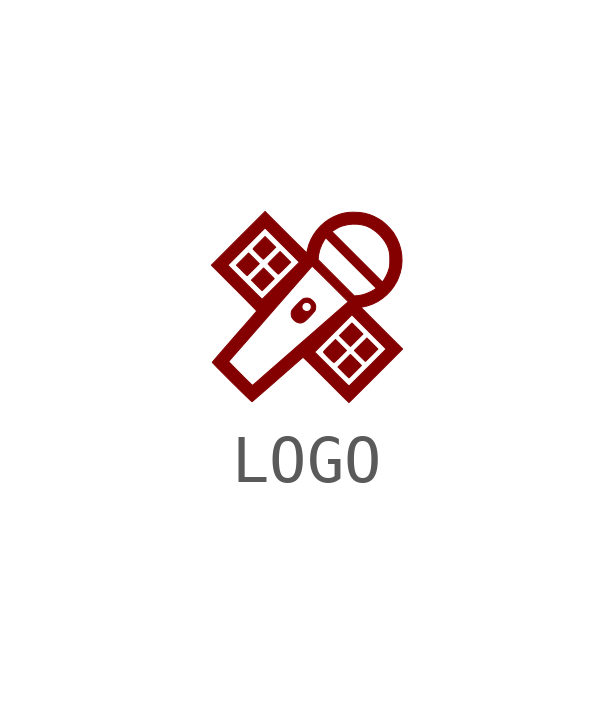
<source format=kicad_sym>
(kicad_symbol_lib
  (version 20231120)
  (generator "kicad_symbol_editor")
  (generator_version "8.0")
  (symbol "LOGO"
    (pin_names
      (offset 1.016))
    (property "Reference" "#G"
      (at 0 1.365 0)
      (effects (font (size 1.27 1.27)) (hide yes)))
    (symbol "LOGO_0_0"
      (polyline (pts (xy -1.248 0.658) (xy -1.237 0.668) (xy -1.216 0.687) (xy -1.19 0.714) (xy -1.157 0.745) (xy -1.121 0.781) (xy -0.996 0.906) (xy -1.108 1.018) (xy -1.219 1.129) (xy -1.346 1.002) (xy -1.473 0.875) (xy -1.363 0.766) (xy -1.358 0.76) (xy -1.325 0.727) (xy -1.296 0.699) (xy -1.272 0.676) (xy -1.257 0.662) (xy -1.25 0.656) (xy -1.248 0.658)) (stroke (width 0.01) (type default)) (fill (type outline)))
      (polyline (pts (xy -0.935 0.345) (xy -0.924 0.356) (xy -0.904 0.375) (xy -0.877 0.401) (xy -0.845 0.433) (xy -0.809 0.469) (xy -0.684 0.594) (xy -0.795 0.705) (xy -0.906 0.816) (xy -1.033 0.69) (xy -1.16 0.563) (xy -1.051 0.453) (xy -1.045 0.448) (xy -1.012 0.415) (xy -0.983 0.386) (xy -0.96 0.364) (xy -0.944 0.349) (xy -0.938 0.344) (xy -0.935 0.345)) (stroke (width 0.01) (type default)) (fill (type outline)))
      (polyline (pts (xy 0.878 -1.475) (xy 0.89 -1.464) (xy 0.911 -1.444) (xy 0.938 -1.417) (xy 0.971 -1.384) (xy 1.008 -1.348) (xy 1.137 -1.219) (xy 1.022 -1.104) (xy 0.906 -0.988) (xy 0.775 -1.119) (xy 0.645 -1.25) (xy 0.758 -1.363) (xy 0.767 -1.372) (xy 0.8 -1.405) (xy 0.829 -1.434) (xy 0.853 -1.457) (xy 0.869 -1.471) (xy 0.875 -1.477) (xy 0.878 -1.475)) (stroke (width 0.01) (type default)) (fill (type outline)))
      (polyline (pts (xy 0.909 -0.818) (xy 0.921 -0.807) (xy 0.942 -0.787) (xy 0.97 -0.76) (xy 1.002 -0.728) (xy 1.039 -0.691) (xy 1.168 -0.562) (xy 1.053 -0.447) (xy 0.938 -0.332) (xy 0.807 -0.463) (xy 0.676 -0.594) (xy 0.789 -0.707) (xy 0.798 -0.716) (xy 0.831 -0.749) (xy 0.861 -0.778) (xy 0.884 -0.8) (xy 0.9 -0.815) (xy 0.906 -0.82) (xy 0.909 -0.818)) (stroke (width 0.01) (type default)) (fill (type outline)))
      (polyline (pts (xy 1.221 -1.131) (xy 1.234 -1.12) (xy 1.254 -1.1) (xy 1.282 -1.073) (xy 1.315 -1.04) (xy 1.352 -1.004) (xy 1.48 -0.875) (xy 1.365 -0.76) (xy 1.25 -0.645) (xy 1.119 -0.775) (xy 0.988 -0.906) (xy 1.102 -1.02) (xy 1.11 -1.028) (xy 1.144 -1.062) (xy 1.173 -1.09) (xy 1.196 -1.113) (xy 1.212 -1.128) (xy 1.219 -1.133) (xy 1.221 -1.131)) (stroke (width 0.01) (type default)) (fill (type outline)))
      (polyline (pts (xy 0.566 -1.155) (xy 0.579 -1.145) (xy 0.601 -1.126) (xy 0.629 -1.099) (xy 0.663 -1.067) (xy 0.699 -1.031) (xy 0.824 -0.906) (xy 0.709 -0.791) (xy 0.594 -0.676) (xy 0.469 -0.801) (xy 0.451 -0.819) (xy 0.416 -0.854) (xy 0.387 -0.885) (xy 0.364 -0.911) (xy 0.349 -0.929) (xy 0.344 -0.937) (xy 0.349 -0.946) (xy 0.364 -0.964) (xy 0.386 -0.989) (xy 0.414 -1.019) (xy 0.447 -1.053) (xy 0.48 -1.085) (xy 0.51 -1.114) (xy 0.535 -1.136) (xy 0.553 -1.151) (xy 0.562 -1.156) (xy 0.566 -1.155)) (stroke (width 0.01) (type default)) (fill (type outline)))
      (polyline (pts (xy -0.908 1.002) (xy -0.895 1.012) (xy -0.874 1.031) (xy -0.847 1.057) (xy -0.814 1.089) (xy -0.777 1.125) (xy -0.652 1.25) (xy -0.764 1.361) (xy -0.875 1.473) (xy -1 1.348) (xy -1.019 1.329) (xy -1.053 1.294) (xy -1.082 1.264) (xy -1.105 1.24) (xy -1.12 1.223) (xy -1.125 1.215) (xy -1.12 1.207) (xy -1.105 1.19) (xy -1.083 1.166) (xy -1.054 1.137) (xy -1.022 1.104) (xy -1.021 1.103) (xy -0.989 1.071) (xy -0.959 1.042) (xy -0.935 1.02) (xy -0.918 1.005) (xy -0.91 1) (xy -0.908 1.002)) (stroke (width 0.01) (type default)) (fill (type outline)))
      (polyline (pts (xy -0.595 0.689) (xy -0.583 0.699) (xy -0.562 0.718) (xy -0.534 0.745) (xy -0.501 0.777) (xy -0.465 0.813) (xy -0.34 0.938) (xy -0.451 1.049) (xy -0.562 1.16) (xy -0.688 1.035) (xy -0.706 1.017) (xy -0.74 0.982) (xy -0.77 0.952) (xy -0.792 0.927) (xy -0.807 0.91) (xy -0.813 0.903) (xy -0.807 0.895) (xy -0.792 0.878) (xy -0.77 0.854) (xy -0.742 0.824) (xy -0.709 0.791) (xy -0.709 0.791) (xy -0.676 0.758) (xy -0.646 0.73) (xy -0.622 0.708) (xy -0.606 0.693) (xy -0.598 0.688) (xy -0.595 0.689)) (stroke (width 0.01) (type default)) (fill (type outline)))
      (polyline (pts (xy -0.119 -0.331) (xy -0.09 -0.322) (xy -0.059 -0.306) (xy -0.026 -0.281) (xy 0.013 -0.245) (xy 0.06 -0.197) (xy 0.084 -0.171) (xy 0.114 -0.138) (xy 0.139 -0.108) (xy 0.158 -0.085) (xy 0.168 -0.07) (xy 0.177 -0.043) (xy 0.182 -0.004) (xy 0.179 0.036) (xy 0.168 0.07) (xy 0.161 0.083) (xy 0.135 0.118) (xy 0.101 0.15) (xy 0.067 0.173) (xy 0.053 0.18) (xy 0.009 0.189) (xy -0.037 0.186) (xy -0.079 0.173) (xy -0.08 0.173) (xy -0.098 0.161) (xy -0.123 0.139) (xy -0.153 0.111) (xy -0.187 0.078) (xy -0.221 0.043) (xy -0.254 0.008) (xy -0.26 0.001) (xy -0.107 0.001) (xy -0.103 0.033) (xy -0.085 0.066) (xy -0.084 0.067) (xy -0.057 0.088) (xy -0.024 0.098) (xy 0.011 0.097) (xy 0.044 0.086) (xy 0.07 0.066) (xy 0.08 0.05) (xy 0.09 0.016) (xy 0.088 -0.019) (xy 0.075 -0.05) (xy 0.052 -0.074) (xy 0.039 -0.082) (xy 0.004 -0.092) (xy -0.029 -0.089) (xy -0.058 -0.077) (xy -0.083 -0.057) (xy -0.1 -0.03) (xy -0.107 0.001) (xy -0.26 0.001) (xy -0.282 -0.024) (xy -0.304 -0.051) (xy -0.317 -0.07) (xy -0.326 -0.097) (xy -0.331 -0.137) (xy -0.327 -0.177) (xy -0.317 -0.211) (xy -0.294 -0.247) (xy -0.258 -0.285) (xy -0.216 -0.313) (xy -0.172 -0.328) (xy -0.149 -0.332) (xy -0.119 -0.331)) (stroke (width 0.01) (type default)) (fill (type outline)))
      (polyline (pts (xy 0.878 -1.99) (xy 0.891 -1.977) (xy 0.914 -1.955) (xy 0.946 -1.924) (xy 0.986 -1.884) (xy 1.034 -1.837) (xy 1.088 -1.782) (xy 1.149 -1.722) (xy 1.215 -1.656) (xy 1.286 -1.586) (xy 1.36 -1.511) (xy 1.438 -1.434) (xy 1.996 -0.875) (xy 1.561 -0.44) (xy 1.125 -0.004) (xy 1.196 0.01) (xy 1.268 0.027) (xy 1.376 0.066) (xy 1.48 0.118) (xy 1.577 0.183) (xy 1.667 0.259) (xy 1.749 0.345) (xy 1.819 0.44) (xy 1.879 0.543) (xy 1.907 0.606) (xy 1.948 0.723) (xy 1.973 0.842) (xy 1.983 0.962) (xy 1.978 1.082) (xy 1.959 1.201) (xy 1.924 1.319) (xy 1.875 1.433) (xy 1.812 1.543) (xy 1.798 1.562) (xy 1.764 1.605) (xy 1.723 1.651) (xy 1.678 1.698) (xy 1.632 1.741) (xy 1.588 1.779) (xy 1.551 1.807) (xy 1.5 1.838) (xy 1.401 1.892) (xy 1.303 1.932) (xy 1.202 1.959) (xy 1.097 1.975) (xy 0.984 1.98) (xy 0.951 1.98) (xy 0.863 1.976) (xy 0.783 1.964) (xy 0.706 1.945) (xy 0.627 1.917) (xy 0.543 1.879) (xy 0.471 1.84) (xy 0.374 1.773) (xy 0.285 1.694) (xy 0.206 1.606) (xy 0.185 1.577) (xy 0.521 1.577) (xy 0.575 1.612) (xy 0.614 1.636) (xy 0.65 1.657) (xy 0.681 1.672) (xy 0.714 1.685) (xy 0.76 1.7) (xy 0.857 1.722) (xy 0.955 1.732) (xy 1.054 1.73) (xy 1.149 1.717) (xy 1.239 1.692) (xy 1.32 1.655) (xy 1.353 1.635) (xy 1.432 1.58) (xy 1.506 1.514) (xy 1.572 1.441) (xy 1.629 1.364) (xy 1.673 1.286) (xy 1.679 1.271) (xy 1.699 1.221) (xy 1.713 1.172) (xy 1.723 1.12) (xy 1.728 1.06) (xy 1.729 0.988) (xy 1.728 0.922) (xy 1.724 0.865) (xy 1.716 0.815) (xy 1.702 0.767) (xy 1.683 0.717) (xy 1.657 0.66) (xy 1.645 0.636) (xy 1.626 0.602) (xy 1.609 0.573) (xy 1.596 0.553) (xy 1.573 0.525) (xy 1.047 1.051) (xy 0.521 1.577) (xy 0.185 1.577) (xy 0.137 1.51) (xy 0.08 1.407) (xy 0.036 1.299) (xy 0.007 1.188) (xy 0.002 1.162) (xy -0.003 1.142) (xy -0.006 1.133) (xy -0.006 1.133) (xy -0.015 1.141) (xy -0.034 1.159) (xy -0.062 1.186) (xy -0.098 1.222) (xy -0.142 1.265) (xy -0.192 1.314) (xy -0.248 1.37) (xy -0.309 1.43) (xy -0.374 1.495) (xy -0.442 1.563) (xy -0.875 1.996) (xy -1.436 1.436) (xy -1.996 0.875) (xy -1.652 0.875) (xy -1.264 1.264) (xy -0.875 1.653) (xy -0.518 1.295) (xy -0.213 0.991) (xy 0.232 0.991) (xy 0.237 1.048) (xy 0.243 1.095) (xy 0.267 1.199) (xy 0.306 1.299) (xy 0.357 1.394) (xy 0.392 1.448) (xy 0.918 0.921) (xy 1.445 0.395) (xy 1.424 0.377) (xy 1.409 0.366) (xy 1.376 0.347) (xy 1.334 0.325) (xy 1.289 0.304) (xy 1.242 0.284) (xy 1.2 0.269) (xy 1.164 0.258) (xy 1.161 0.257) (xy 1.121 0.249) (xy 1.079 0.242) (xy 1.043 0.238) (xy 0.988 0.233) (xy 0.61 0.612) (xy 0.232 0.991) (xy -0.213 0.991) (xy -0.16 0.938) (xy -0.547 0.551) (xy -0.593 0.504) (xy -0.655 0.443) (xy -0.714 0.385) (xy -0.767 0.331) (xy -0.815 0.284) (xy -0.856 0.243) (xy -0.89 0.21) (xy -0.915 0.185) (xy -0.931 0.17) (xy -0.938 0.164) (xy -0.938 0.165) (xy -0.948 0.173) (xy -0.967 0.192) (xy -0.995 0.219) (xy -1.031 0.255) (xy -1.074 0.297) (xy -1.123 0.346) (xy -1.177 0.4) (xy -1.235 0.458) (xy -1.297 0.52) (xy -1.652 0.875) (xy -1.996 0.875) (xy -1.521 0.399) (xy -1.465 0.344) (xy -1.396 0.274) (xy -1.331 0.209) (xy -1.271 0.148) (xy -1.216 0.092) (xy -1.168 0.043) (xy -1.127 0.001) (xy -1.093 -0.034) (xy -1.069 -0.06) (xy -1.054 -0.077) (xy -1.049 -0.083) (xy -1.055 -0.09) (xy -1.07 -0.107) (xy -1.094 -0.135) (xy -1.126 -0.172) (xy -1.165 -0.217) (xy -1.211 -0.27) (xy -1.263 -0.329) (xy -1.32 -0.395) (xy -1.382 -0.465) (xy -1.447 -0.539) (xy -1.515 -0.617) (xy -1.583 -0.695) (xy -1.647 -0.769) (xy -1.709 -0.839) (xy -1.766 -0.905) (xy -1.817 -0.965) (xy -1.863 -1.017) (xy -1.902 -1.063) (xy -1.933 -1.1) (xy -1.957 -1.128) (xy -1.966 -1.138) (xy -1.633 -1.138) (xy -1.63 -1.133) (xy -1.618 -1.118) (xy -1.599 -1.095) (xy -1.574 -1.066) (xy -1.545 -1.033) (xy -1.543 -1.031) (xy -1.527 -1.012) (xy -1.5 -0.983) (xy -1.466 -0.943) (xy -1.422 -0.893) (xy -1.371 -0.835) (xy -1.313 -0.769) (xy -1.249 -0.696) (xy -1.179 -0.616) (xy -1.104 -0.53) (xy -1.025 -0.44) (xy -0.942 -0.345) (xy -0.856 -0.246) (xy -0.768 -0.145) (xy -0.677 -0.041) (xy -0.651 -0.011) (xy -0.563 0.09) (xy -0.478 0.187) (xy -0.396 0.28) (xy -0.319 0.369) (xy -0.246 0.452) (xy -0.178 0.529) (xy -0.116 0.6) (xy -0.061 0.663) (xy -0.012 0.719) (xy 0.029 0.766) (xy 0.062 0.803) (xy 0.087 0.831) (xy 0.102 0.849) (xy 0.108 0.855) (xy 0.11 0.854) (xy 0.122 0.843) (xy 0.144 0.823) (xy 0.174 0.794) (xy 0.213 0.757) (xy 0.258 0.713) (xy 0.308 0.663) (xy 0.364 0.608) (xy 0.424 0.548) (xy 0.488 0.485) (xy 0.861 0.112) (xy -0.036 -0.673) (xy -0.054 -0.688) (xy -0.158 -0.778) (xy -0.259 -0.867) (xy -0.339 -0.938) (xy 0.16 -0.938) (xy 0.549 -0.549) (xy 0.938 -0.16) (xy 1.295 -0.518) (xy 1.652 -0.875) (xy 1.266 -1.262) (xy 1.219 -1.308) (xy 1.157 -1.37) (xy 1.099 -1.428) (xy 1.046 -1.481) (xy 0.998 -1.529) (xy 0.957 -1.569) (xy 0.923 -1.603) (xy 0.897 -1.628) (xy 0.881 -1.643) (xy 0.875 -1.649) (xy 0.874 -1.648) (xy 0.865 -1.639) (xy 0.846 -1.621) (xy 0.818 -1.593) (xy 0.782 -1.558) (xy 0.739 -1.515) (xy 0.69 -1.467) (xy 0.636 -1.413) (xy 0.577 -1.355) (xy 0.516 -1.293) (xy 0.16 -0.938) (xy -0.339 -0.938) (xy -0.357 -0.953) (xy -0.452 -1.036) (xy -0.542 -1.114) (xy -0.627 -1.189) (xy -0.706 -1.258) (xy -0.778 -1.321) (xy -0.844 -1.378) (xy -0.901 -1.428) (xy -0.949 -1.471) (xy -0.988 -1.505) (xy -1.016 -1.53) (xy -1.033 -1.545) (xy -1.059 -1.568) (xy -1.09 -1.594) (xy -1.114 -1.614) (xy -1.131 -1.628) (xy -1.139 -1.633) (xy -1.139 -1.633) (xy -1.148 -1.625) (xy -1.166 -1.609) (xy -1.192 -1.584) (xy -1.224 -1.552) (xy -1.262 -1.515) (xy -1.304 -1.474) (xy -1.348 -1.429) (xy -1.393 -1.384) (xy -1.438 -1.339) (xy -1.482 -1.295) (xy -1.522 -1.254) (xy -1.558 -1.217) (xy -1.589 -1.186) (xy -1.613 -1.161) (xy -1.628 -1.145) (xy -1.633 -1.138) (xy -1.966 -1.138) (xy -1.972 -1.145) (xy -1.977 -1.152) (xy -1.971 -1.16) (xy -1.956 -1.177) (xy -1.931 -1.203) (xy -1.899 -1.237) (xy -1.86 -1.277) (xy -1.814 -1.323) (xy -1.764 -1.373) (xy -1.71 -1.427) (xy -1.654 -1.484) (xy -1.596 -1.542) (xy -1.537 -1.6) (xy -1.478 -1.658) (xy -1.422 -1.714) (xy -1.367 -1.767) (xy -1.317 -1.816) (xy -1.271 -1.861) (xy -1.23 -1.899) (xy -1.197 -1.931) (xy -1.171 -1.955) (xy -1.154 -1.97) (xy -1.147 -1.974) (xy -1.14 -1.969) (xy -1.122 -1.954) (xy -1.094 -1.93) (xy -1.057 -1.898) (xy -1.012 -1.858) (xy -0.958 -1.812) (xy -0.899 -1.76) (xy -0.833 -1.703) (xy -0.763 -1.642) (xy -0.688 -1.577) (xy -0.61 -1.508) (xy -0.084 -1.047) (xy -0.04 -1.086) (xy -0.038 -1.087) (xy -0.024 -1.101) (xy 0.0002 -1.124) (xy 0.034 -1.157) (xy 0.075 -1.197) (xy 0.123 -1.245) (xy 0.178 -1.299) (xy 0.237 -1.358) (xy 0.301 -1.422) (xy 0.368 -1.489) (xy 0.438 -1.558) (xy 0.458 -1.578) (xy 0.525 -1.646) (xy 0.589 -1.71) (xy 0.648 -1.769) (xy 0.703 -1.823) (xy 0.751 -1.871) (xy 0.793 -1.913) (xy 0.827 -1.946) (xy 0.853 -1.971) (xy 0.869 -1.987) (xy 0.875 -1.992) (xy 0.878 -1.99)) (stroke (width 0.01) (type default)) (fill (type outline))))))
</source>
